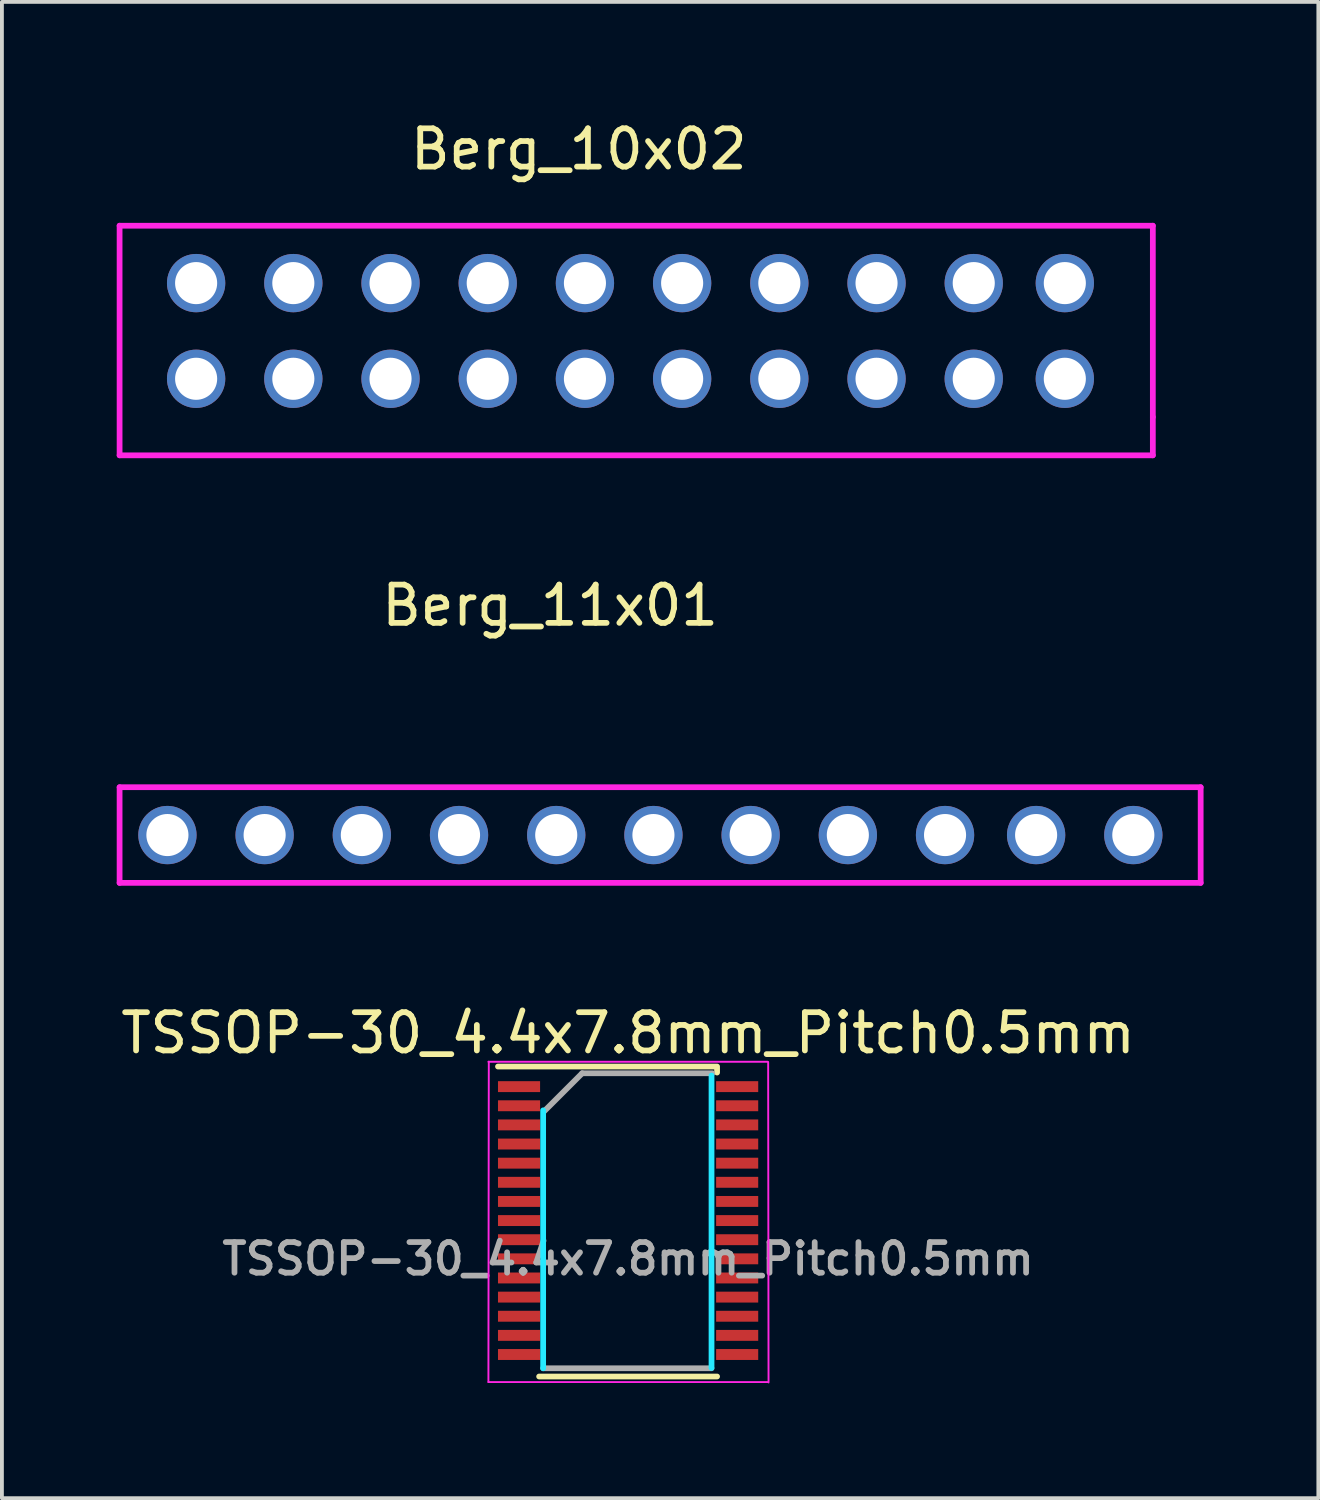
<source format=kicad_pcb>
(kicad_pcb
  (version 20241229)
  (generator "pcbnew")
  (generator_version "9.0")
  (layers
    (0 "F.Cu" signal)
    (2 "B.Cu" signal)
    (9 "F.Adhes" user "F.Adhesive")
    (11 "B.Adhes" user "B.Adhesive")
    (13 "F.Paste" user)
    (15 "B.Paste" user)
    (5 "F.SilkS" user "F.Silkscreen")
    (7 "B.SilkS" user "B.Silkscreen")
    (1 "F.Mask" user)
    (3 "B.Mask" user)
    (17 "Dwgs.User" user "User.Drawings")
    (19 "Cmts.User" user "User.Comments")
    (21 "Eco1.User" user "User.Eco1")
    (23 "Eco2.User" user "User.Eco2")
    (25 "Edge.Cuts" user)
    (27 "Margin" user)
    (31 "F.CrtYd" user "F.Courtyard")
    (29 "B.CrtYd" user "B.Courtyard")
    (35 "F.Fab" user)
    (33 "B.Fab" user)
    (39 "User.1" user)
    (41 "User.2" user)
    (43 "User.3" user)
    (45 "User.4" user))
  (footprint "TSSOP-30_4.4x7.8mm_Pitch0.5mm"
    (layer "F.Cu")
    (at 13.363 28.845)
    (property "Reference" "TSSOP-30_4.4x7.8mm_Pitch0.5mm" (at 0 -4.9 0) (layer "F.SilkS") (effects (font (size 1 1) (thickness 0.15))))
    (attr smd)
    (fp_line (start -3.4 -4.025) (end 2.325 -4.025) (stroke (width 0.15) (type solid)) (layer "F.SilkS"))
    (fp_line (start -2.325 4.075) (end 2.325 4.075) (stroke (width 0.15) (type solid)) (layer "F.SilkS"))
    (fp_line (start 2.325 -3.975) (end 2.325 -3.868) (stroke (width 0.15) (type solid)) (layer "F.SilkS"))
    (fp_line (start -2.22 3.86) (end -2.22 -2.88) (stroke (width 0.15) (type solid)) (layer "B.CrtYd"))
    (fp_line (start 2.18 3.85) (end 2.18 -3.79) (stroke (width 0.15) (type solid)) (layer "B.CrtYd"))
    (fp_line (start -3.65 -4.15) (end 3.65 -4.15) (stroke (width 0.05) (type solid)) (layer "F.CrtYd"))
    (fp_line (start -3.65 4.22) (end 3.65 4.22) (stroke (width 0.05) (type solid)) (layer "F.CrtYd"))
    (fp_line (start -3.64 -4.15) (end -3.65 4.22) (stroke (width 0.05) (type solid)) (layer "F.CrtYd"))
    (fp_line (start 3.66 -4.14) (end 3.67 4.23) (stroke (width 0.05) (type solid)) (layer "F.CrtYd"))
    (fp_line (start -2.2 -2.85) (end -1.2 -3.85) (stroke (width 0.15) (type solid)) (layer "F.Fab"))
    (fp_line (start -1.2 -3.85) (end 2.2 -3.85) (stroke (width 0.15) (type solid)) (layer "F.Fab"))
    (fp_line (start 2.18 3.86) (end -2.22 3.86) (stroke (width 0.15) (type solid)) (layer "F.Fab"))
    (fp_text user "${REFERENCE}" (at 0 1 0) (layer "F.Fab") (effects (font (size 0.8 0.8) (thickness 0.15))))
    (pad "1" smd rect (at -2.85 -3.5) (size 1.1 0.285) (layers "F.Cu" "F.Mask" "F.Paste"))
    (pad "2" smd rect (at -2.85 -3) (size 1.1 0.285) (layers "F.Cu" "F.Mask" "F.Paste"))
    (pad "3" smd rect (at -2.85 -2.5) (size 1.1 0.285) (layers "F.Cu" "F.Mask" "F.Paste"))
    (pad "4" smd rect (at -2.85 -2) (size 1.1 0.285) (layers "F.Cu" "F.Mask" "F.Paste"))
    (pad "5" smd rect (at -2.85 -1.5) (size 1.1 0.285) (layers "F.Cu" "F.Mask" "F.Paste"))
    (pad "6" smd rect (at -2.85 -1) (size 1.1 0.285) (layers "F.Cu" "F.Mask" "F.Paste"))
    (pad "7" smd rect (at -2.85 -0.5) (size 1.1 0.285) (layers "F.Cu" "F.Mask" "F.Paste"))
    (pad "8" smd rect (at -2.85 0) (size 1.1 0.285) (layers "F.Cu" "F.Mask" "F.Paste"))
    (pad "9" smd rect (at -2.85 0.5) (size 1.1 0.285) (layers "F.Cu" "F.Mask" "F.Paste"))
    (pad "10" smd rect (at -2.85 1) (size 1.1 0.285) (layers "F.Cu" "F.Mask" "F.Paste"))
    (pad "11" smd rect (at -2.85 1.5) (size 1.1 0.285) (layers "F.Cu" "F.Mask" "F.Paste"))
    (pad "12" smd rect (at -2.85 2) (size 1.1 0.285) (layers "F.Cu" "F.Mask" "F.Paste"))
    (pad "13" smd rect (at -2.85 2.5) (size 1.1 0.285) (layers "F.Cu" "F.Mask" "F.Paste"))
    (pad "14" smd rect (at -2.85 3) (size 1.1 0.285) (layers "F.Cu" "F.Mask" "F.Paste"))
    (pad "15" smd rect (at -2.85 3.5) (size 1.1 0.285) (layers "F.Cu" "F.Mask" "F.Paste"))
    (pad "16" smd rect (at 2.85 3.5) (size 1.1 0.285) (layers "F.Cu" "F.Mask" "F.Paste"))
    (pad "17" smd rect (at 2.85 3) (size 1.1 0.285) (layers "F.Cu" "F.Mask" "F.Paste"))
    (pad "18" smd rect (at 2.85 2.5) (size 1.1 0.285) (layers "F.Cu" "F.Mask" "F.Paste"))
    (pad "19" smd rect (at 2.85 2) (size 1.1 0.285) (layers "F.Cu" "F.Mask" "F.Paste"))
    (pad "20" smd rect (at 2.85 1.5) (size 1.1 0.285) (layers "F.Cu" "F.Mask" "F.Paste"))
    (pad "21" smd rect (at 2.85 1) (size 1.1 0.285) (layers "F.Cu" "F.Mask" "F.Paste"))
    (pad "22" smd rect (at 2.85 0.5) (size 1.1 0.285) (layers "F.Cu" "F.Mask" "F.Paste"))
    (pad "23" smd rect (at 2.85 0) (size 1.1 0.285) (layers "F.Cu" "F.Mask" "F.Paste"))
    (pad "24" smd rect (at 2.85 -0.5) (size 1.1 0.285) (layers "F.Cu" "F.Mask" "F.Paste"))
    (pad "25" smd rect (at 2.85 -1) (size 1.1 0.285) (layers "F.Cu" "F.Mask" "F.Paste"))
    (pad "26" smd rect (at 2.85 -1.5) (size 1.1 0.285) (layers "F.Cu" "F.Mask" "F.Paste"))
    (pad "27" smd rect (at 2.85 -2) (size 1.1 0.285) (layers "F.Cu" "F.Mask" "F.Paste"))
    (pad "28" smd rect (at 2.85 -2.5) (size 1.1 0.285) (layers "F.Cu" "F.Mask" "F.Paste"))
    (pad "29" smd rect (at 2.85 -3) (size 1.1 0.285) (layers "F.Cu" "F.Mask" "F.Paste"))
    (pad "30" smd rect (at 2.85 -3.5) (size 1.1 0.285) (layers "F.Cu" "F.Mask" "F.Paste")))
  (footprint "Berg_11x01"
    (layer "F.Cu")
    (at 12.325 17.771)
    (property "Reference" "Berg_11x01" (at -1 -5 0) (layer "F.SilkS") (effects (font (size 1 1) (thickness 0.15))))
    (attr through_hole)
    (fp_line (start -12.25 -0.25) (end -12.25 2.25) (stroke (width 0.15) (type solid)) (layer "F.CrtYd"))
    (fp_line (start -12.25 2.25) (end 16 2.25) (stroke (width 0.15) (type solid)) (layer "F.CrtYd"))
    (fp_line (start 16 -0.25) (end -12.25 -0.25) (stroke (width 0.15) (type solid)) (layer "F.CrtYd"))
    (fp_line (start 16 2.25) (end 16 -0.25) (stroke (width 0.15) (type solid)) (layer "F.CrtYd"))
    (pad "1" thru_hole circle (at -11 1) (size 1.524 1.524) (drill 1.1) (layers "*.Cu" "*.Mask"))
    (pad "2" thru_hole circle (at -8.46 1) (size 1.524 1.524) (drill 1.1) (layers "*.Cu" "*.Mask"))
    (pad "3" thru_hole circle (at -5.92 1) (size 1.524 1.524) (drill 1.1) (layers "*.Cu" "*.Mask"))
    (pad "4" thru_hole circle (at -3.38 1) (size 1.524 1.524) (drill 1.1) (layers "*.Cu" "*.Mask"))
    (pad "5" thru_hole circle (at -0.84 1) (size 1.524 1.524) (drill 1.1) (layers "*.Cu" "*.Mask"))
    (pad "6" thru_hole circle (at 1.7 1) (size 1.524 1.524) (drill 1.1) (layers "*.Cu" "*.Mask"))
    (pad "7" thru_hole circle (at 4.24 1) (size 1.524 1.524) (drill 1.1) (layers "*.Cu" "*.Mask"))
    (pad "8" thru_hole circle (at 6.78 1) (size 1.524 1.524) (drill 1.1) (layers "*.Cu" "*.Mask"))
    (pad "9" thru_hole circle (at 9.32 1) (size 1.524 1.524) (drill 1.1) (layers "*.Cu" "*.Mask"))
    (pad "10" thru_hole circle (at 11.7 1) (size 1.524 1.524) (drill 1.1) (layers "*.Cu" "*.Mask"))
    (pad "11" thru_hole circle (at 14.24 1) (size 1.524 1.524) (drill 1.1) (layers "*.Cu" "*.Mask")))
  (footprint "Berg_10x02"
    (layer "F.Cu")
    (at 13.075 5.848)
    (property "Reference" "Berg_10x02" (at -1 -5 0) (layer "F.SilkS") (effects (font (size 1 1) (thickness 0.15))))
    (attr through_hole)
    (fp_line (start -13 -3) (end 14 -3) (stroke (width 0.15) (type solid)) (layer "F.CrtYd"))
    (fp_line (start -13 3) (end -13 -3) (stroke (width 0.15) (type solid)) (layer "F.CrtYd"))
    (fp_line (start 14 -3) (end 14 2) (stroke (width 0.15) (type solid)) (layer "F.CrtYd"))
    (fp_line (start 14 2) (end 14 3) (stroke (width 0.15) (type solid)) (layer "F.CrtYd"))
    (fp_line (start 14 3) (end -13 3) (stroke (width 0.15) (type solid)) (layer "F.CrtYd"))
    (pad "1" thru_hole circle (at -11 1) (size 1.524 1.524) (drill 1.1) (layers "*.Cu" "*.Mask"))
    (pad "2" thru_hole circle (at -8.46 1) (size 1.524 1.524) (drill 1.1) (layers "*.Cu" "*.Mask"))
    (pad "3" thru_hole circle (at -5.92 1) (size 1.524 1.524) (drill 1.1) (layers "*.Cu" "*.Mask"))
    (pad "4" thru_hole circle (at -3.38 1) (size 1.524 1.524) (drill 1.1) (layers "*.Cu" "*.Mask"))
    (pad "5" thru_hole circle (at -0.84 1) (size 1.524 1.524) (drill 1.1) (layers "*.Cu" "*.Mask"))
    (pad "6" thru_hole circle (at 1.7 1) (size 1.524 1.524) (drill 1.1) (layers "*.Cu" "*.Mask"))
    (pad "7" thru_hole circle (at 4.24 1) (size 1.524 1.524) (drill 1.1) (layers "*.Cu" "*.Mask"))
    (pad "8" thru_hole circle (at 6.78 1) (size 1.524 1.524) (drill 1.1) (layers "*.Cu" "*.Mask"))
    (pad "9" thru_hole circle (at 9.32 1) (size 1.524 1.524) (drill 1.1) (layers "*.Cu" "*.Mask"))
    (pad "10" thru_hole circle (at 11.7 1) (size 1.524 1.524) (drill 1.1) (layers "*.Cu" "*.Mask"))
    (pad "11" thru_hole circle (at 11.7 -1.5) (size 1.524 1.524) (drill 1.1) (layers "*.Cu" "*.Mask"))
    (pad "12" thru_hole circle (at 9.32 -1.5) (size 1.524 1.524) (drill 1.1) (layers "*.Cu" "*.Mask"))
    (pad "13" thru_hole circle (at 6.78 -1.5) (size 1.524 1.524) (drill 1.1) (layers "*.Cu" "*.Mask"))
    (pad "14" thru_hole circle (at 4.24 -1.5) (size 1.524 1.524) (drill 1.1) (layers "*.Cu" "*.Mask"))
    (pad "15" thru_hole circle (at 1.7 -1.5) (size 1.524 1.524) (drill 1.1) (layers "*.Cu" "*.Mask"))
    (pad "16" thru_hole circle (at -0.84 -1.5) (size 1.524 1.524) (drill 1.1) (layers "*.Cu" "*.Mask"))
    (pad "17" thru_hole circle (at -3.38 -1.5) (size 1.524 1.524) (drill 1.1) (layers "*.Cu" "*.Mask"))
    (pad "18" thru_hole circle (at -5.92 -1.5) (size 1.524 1.524) (drill 1.1) (layers "*.Cu" "*.Mask"))
    (pad "19" thru_hole circle (at -8.46 -1.5) (size 1.524 1.524) (drill 1.1) (layers "*.Cu" "*.Mask"))
    (pad "20" thru_hole circle (at -11 -1.5) (size 1.524 1.524) (drill 1.1) (layers "*.Cu" "*.Mask")))
  (gr_rect
    (start -3 -3)
    (end 31.4 36.1)
    (stroke (width 0.1) (type default))
    (fill no)
    (layer "Edge.Cuts")))
</source>
